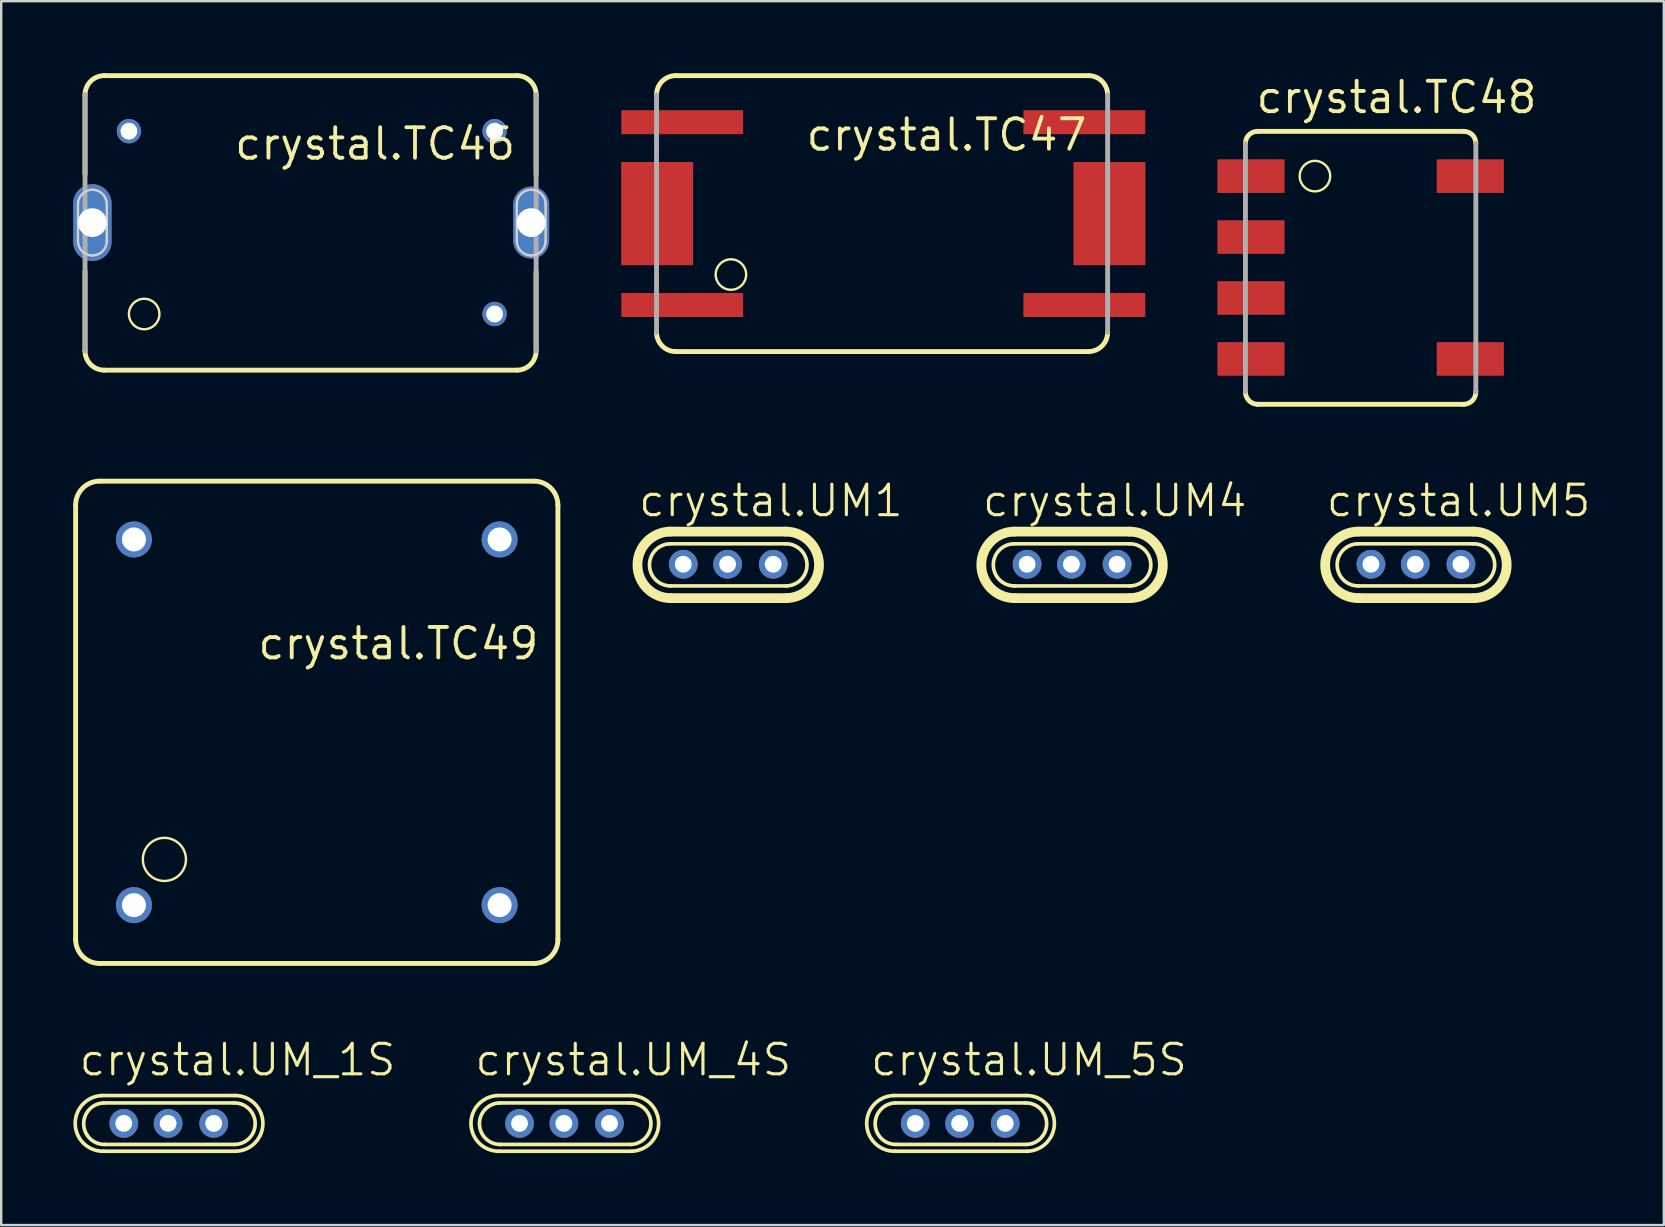
<source format=kicad_pcb>
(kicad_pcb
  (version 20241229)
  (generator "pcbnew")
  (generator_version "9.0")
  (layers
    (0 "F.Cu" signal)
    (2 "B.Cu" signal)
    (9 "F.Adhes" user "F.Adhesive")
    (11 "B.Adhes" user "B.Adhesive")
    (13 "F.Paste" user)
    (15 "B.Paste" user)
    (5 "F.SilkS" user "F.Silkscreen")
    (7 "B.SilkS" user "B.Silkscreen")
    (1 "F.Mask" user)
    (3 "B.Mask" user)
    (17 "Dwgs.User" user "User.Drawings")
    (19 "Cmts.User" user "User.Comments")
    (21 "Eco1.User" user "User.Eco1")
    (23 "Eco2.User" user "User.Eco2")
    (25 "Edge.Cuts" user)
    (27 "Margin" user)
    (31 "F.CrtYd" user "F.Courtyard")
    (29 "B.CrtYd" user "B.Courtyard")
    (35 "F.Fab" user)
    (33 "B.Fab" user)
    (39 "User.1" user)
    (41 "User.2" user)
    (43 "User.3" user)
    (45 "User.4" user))
  (footprint "crystal.TC47"
    (layer "F.Cu")
    (at 33.763 5.852)
    (property "Reference" "crystal.TC47" (at -3.302 -2.54 0) (layer "F.SilkS") (effects (font (size 1.27 1.27) (thickness 0.16)) (justify left bottom)))
    (attr smd)
    (fp_line (start -8.65 -5.75) (end 8.55 -5.75) (stroke (width 0.203) (type default)) (layer "F.SilkS"))
    (fp_line (start 8.55 5.75) (end -8.65 5.75) (stroke (width 0.203) (type default)) (layer "F.SilkS"))
    (fp_arc (start -9.45 -4.95) (mid -9.215685 -5.515685) (end -8.65 -5.75) (stroke (width 0.2032) (type default)) (layer "F.SilkS"))
    (fp_arc (start -8.65 5.75) (mid -9.215685 5.515685) (end -9.45 4.95) (stroke (width 0.2032) (type default)) (layer "F.SilkS"))
    (fp_arc (start 8.55 -5.75) (mid 9.115685 -5.515685) (end 9.35 -4.95) (stroke (width 0.2032) (type default)) (layer "F.SilkS"))
    (fp_arc (start 9.35 4.95) (mid 9.115685 5.515685) (end 8.55 5.75) (stroke (width 0.2032) (type default)) (layer "F.SilkS"))
    (fp_circle (center -6.35 2.54) (end -5.715 2.54) (stroke (width 0.1) (type default)) (fill no) (layer "F.SilkS"))
    (fp_line (start -9.45 4.95) (end -9.45 -4.95) (stroke (width 0.203) (type default)) (layer "F.Fab"))
    (fp_line (start 9.35 -4.95) (end 9.35 4.95) (stroke (width 0.203) (type default)) (layer "F.Fab"))
    (pad "1" smd roundrect (at -8.38 3.81) (size 5.08 1) (layers "F.Cu" "F.Mask" "F.Paste") (roundrect_rratio 0.01))
    (pad "7" smd roundrect (at 8.38 3.81) (size 5.08 1) (layers "F.Cu" "F.Mask" "F.Paste") (roundrect_rratio 0.01))
    (pad "8" smd roundrect (at 8.38 -3.81 180) (size 5.08 1) (layers "F.Cu" "F.Mask" "F.Paste") (roundrect_rratio 0.01))
    (pad "14" smd roundrect (at -8.38 -3.81 180) (size 5.08 1) (layers "F.Cu" "F.Mask" "F.Paste") (roundrect_rratio 0.01))
    (pad "S@1" smd roundrect (at -9.425 0) (size 3 4.3) (layers "F.Cu" "F.Mask" "F.Paste") (roundrect_rratio 0.01))
    (pad "S@2" smd roundrect (at 9.425 0) (size 3 4.3) (layers "F.Cu" "F.Mask" "F.Paste") (roundrect_rratio 0.01)))
  (footprint "crystal.UM_1S"
    (layer "F.Cu")
    (at 3.983 43.77)
    (property "Reference" "crystal.UM_1S" (at -3.81 -1.905 0) (layer "F.SilkS") (effects (font (size 1.27 1.27) (thickness 0.13)) (justify left bottom)))
    (attr through_hole)
    (fp_line (start -2.771 -1.161) (end 2.746 -1.161) (stroke (width 0.152) (type default)) (layer "F.SilkS"))
    (fp_line (start -2.721 1.161) (end 2.796 1.161) (stroke (width 0.152) (type default)) (layer "F.SilkS"))
    (fp_line (start -2.671 0.878) (end 2.746 0.878) (stroke (width 0.152) (type default)) (layer "F.SilkS"))
    (fp_line (start 2.721 -0.853) (end -2.696 -0.853) (stroke (width 0.152) (type default)) (layer "F.SilkS"))
    (fp_arc (start -2.721 1.161) (mid -3.907 0.025) (end -2.771 -1.161) (stroke (width 0.1524) (type default)) (layer "F.SilkS"))
    (fp_arc (start -2.671 0.878) (mid -3.549 0.025) (end -2.696 -0.853) (stroke (width 0.1524) (type default)) (layer "F.SilkS"))
    (fp_arc (start 2.721 -0.853) (mid 3.599 0) (end 2.746 0.878) (stroke (width 0.1524) (type default)) (layer "F.SilkS"))
    (fp_arc (start 2.746 -1.161) (mid 3.932 -0.025) (end 2.796 1.161) (stroke (width 0.1524) (type default)) (layer "F.SilkS"))
    (pad "1" thru_hole circle (at -1.875 0) (size 1.2 1.2) (drill 0.7) (layers "*.Cu" "*.Mask"))
    (pad "2" thru_hole circle (at -0.027 0) (size 1.2 1.2) (drill 0.7) (layers "*.Cu" "*.Mask"))
    (pad "3" thru_hole circle (at 1.875 0) (size 1.2 1.2) (drill 0.7) (layers "*.Cu" "*.Mask")))
  (footprint "crystal.UM4"
    (layer "F.Cu")
    (at 41.631 20.467)
    (property "Reference" "crystal.UM4" (at -3.81 -1.905 0) (layer "F.SilkS") (effects (font (size 1.27 1.27) (thickness 0.13)) (justify left bottom)))
    (attr through_hole)
    (fp_line (start -2.421 -1.361) (end 2.396 -1.361) (stroke (width 0.406) (type default)) (layer "F.SilkS"))
    (fp_line (start -2.396 0.903) (end 2.421 0.903) (stroke (width 0.152) (type default)) (layer "F.SilkS"))
    (fp_line (start -2.396 1.411) (end 2.421 1.411) (stroke (width 0.406) (type default)) (layer "F.SilkS"))
    (fp_line (start 2.396 -0.853) (end -2.421 -0.853) (stroke (width 0.152) (type default)) (layer "F.SilkS"))
    (fp_arc (start -2.396 0.903) (mid -3.2865 0.0375) (end -2.421 -0.853) (stroke (width 0.1524) (type default)) (layer "F.SilkS"))
    (fp_arc (start -2.396 1.411) (mid -3.7945 0.0375) (end -2.421 -1.361) (stroke (width 0.4064) (type default)) (layer "F.SilkS"))
    (fp_arc (start 2.396 -1.361) (mid 3.7945 0.0125) (end 2.421 1.411) (stroke (width 0.4064) (type default)) (layer "F.SilkS"))
    (fp_arc (start 2.396 -0.853) (mid 3.2865 0.0125) (end 2.421 0.903) (stroke (width 0.1524) (type default)) (layer "F.SilkS"))
    (pad "1" thru_hole circle (at -1.875 0) (size 1.2 1.2) (drill 0.7) (layers "*.Cu" "*.Mask"))
    (pad "2" thru_hole circle (at -0.027 0) (size 1.2 1.2) (drill 0.7) (layers "*.Cu" "*.Mask"))
    (pad "3" thru_hole circle (at 1.875 0) (size 1.2 1.2) (drill 0.7) (layers "*.Cu" "*.Mask")))
  (footprint "crystal.TC49"
    (layer "F.Cu")
    (at 10.152 27.053)
    (property "Reference" "crystal.TC49" (at -2.54 -2.54 0) (layer "F.SilkS") (effects (font (size 1.27 1.27) (thickness 0.16)) (justify left bottom)))
    (attr through_hole)
    (fp_line (start -10.05 -9.05) (end -10.05 9.05) (stroke (width 0.203) (type default)) (layer "F.SilkS"))
    (fp_line (start -9.05 10.05) (end 9.05 10.05) (stroke (width 0.203) (type default)) (layer "F.SilkS"))
    (fp_line (start 9.05 -10.05) (end -9.05 -10.05) (stroke (width 0.203) (type default)) (layer "F.SilkS"))
    (fp_line (start 10.05 9.05) (end 10.05 -9.05) (stroke (width 0.203) (type default)) (layer "F.SilkS"))
    (fp_arc (start -10.05 -9.05) (mid -9.757107 -9.757107) (end -9.05 -10.05) (stroke (width 0.2032) (type default)) (layer "F.SilkS"))
    (fp_arc (start -9.05 10.05) (mid -9.757107 9.757107) (end -10.05 9.05) (stroke (width 0.2032) (type default)) (layer "F.SilkS"))
    (fp_arc (start 9.05 -10.05) (mid 9.757107 -9.757107) (end 10.05 -9.05) (stroke (width 0.2032) (type default)) (layer "F.SilkS"))
    (fp_arc (start 10.05 9.05) (mid 9.757107 9.757107) (end 9.05 10.05) (stroke (width 0.2032) (type default)) (layer "F.SilkS"))
    (fp_circle (center -6.35 5.715) (end -5.452 5.715) (stroke (width 0.1) (type default)) (fill no) (layer "F.SilkS"))
    (pad "1" thru_hole circle (at -7.62 7.62) (size 1.5 1.5) (drill 1) (layers "*.Cu" "*.Mask"))
    (pad "2" thru_hole circle (at 7.62 7.62 90) (size 1.5 1.5) (drill 1) (layers "*.Cu" "*.Mask"))
    (pad "3" thru_hole circle (at 7.62 -7.62 180) (size 1.5 1.5) (drill 1) (layers "*.Cu" "*.Mask"))
    (pad "4" thru_hole circle (at -7.62 -7.62 270) (size 1.5 1.5) (drill 1) (layers "*.Cu" "*.Mask")))
  (footprint "crystal.UM5"
    (layer "F.Cu")
    (at 55.962 20.467)
    (property "Reference" "crystal.UM5" (at -3.81 -1.905 0) (layer "F.SilkS") (effects (font (size 1.27 1.27) (thickness 0.13)) (justify left bottom)))
    (attr through_hole)
    (fp_line (start -2.421 -1.361) (end 2.396 -1.361) (stroke (width 0.406) (type default)) (layer "F.SilkS"))
    (fp_line (start -2.396 0.903) (end 2.421 0.903) (stroke (width 0.152) (type default)) (layer "F.SilkS"))
    (fp_line (start -2.396 1.411) (end 2.421 1.411) (stroke (width 0.406) (type default)) (layer "F.SilkS"))
    (fp_line (start 2.396 -0.853) (end -2.421 -0.853) (stroke (width 0.152) (type default)) (layer "F.SilkS"))
    (fp_arc (start -2.396 0.903) (mid -3.2865 0.0375) (end -2.421 -0.853) (stroke (width 0.1524) (type default)) (layer "F.SilkS"))
    (fp_arc (start -2.396 1.411) (mid -3.7945 0.0375) (end -2.421 -1.361) (stroke (width 0.4064) (type default)) (layer "F.SilkS"))
    (fp_arc (start 2.396 -1.361) (mid 3.7945 0.0125) (end 2.421 1.411) (stroke (width 0.4064) (type default)) (layer "F.SilkS"))
    (fp_arc (start 2.396 -0.853) (mid 3.2865 0.0125) (end 2.421 0.903) (stroke (width 0.1524) (type default)) (layer "F.SilkS"))
    (pad "1" thru_hole circle (at -1.875 0) (size 1.2 1.2) (drill 0.7) (layers "*.Cu" "*.Mask"))
    (pad "2" thru_hole circle (at -0.027 0) (size 1.2 1.2) (drill 0.7) (layers "*.Cu" "*.Mask"))
    (pad "3" thru_hole circle (at 1.875 0) (size 1.2 1.2) (drill 0.7) (layers "*.Cu" "*.Mask")))
  (footprint "crystal.TC46"
    (layer "F.Cu")
    (at 9.944 6.227)
    (property "Reference" "crystal.TC46" (at -3.302 -2.54 0) (layer "F.SilkS") (effects (font (size 1.27 1.27) (thickness 0.16)) (justify left bottom)))
    (attr through_hole)
    (fp_line (start -9.45 -2.016) (end -9.45 -5.325) (stroke (width 0.203) (type default)) (layer "F.SilkS"))
    (fp_line (start -9.45 5.35) (end -9.45 2.041) (stroke (width 0.203) (type default)) (layer "F.SilkS"))
    (fp_line (start -8.65 -6.125) (end 8.55 -6.125) (stroke (width 0.203) (type default)) (layer "F.SilkS"))
    (fp_line (start 8.55 6.15) (end -8.65 6.15) (stroke (width 0.203) (type default)) (layer "F.SilkS"))
    (fp_line (start 9.35 -5.325) (end 9.35 -2.016) (stroke (width 0.203) (type default)) (layer "F.SilkS"))
    (fp_line (start 9.35 2.041) (end 9.35 5.35) (stroke (width 0.203) (type default)) (layer "F.SilkS"))
    (fp_arc (start -9.45 -5.325) (mid -9.215685 -5.890685) (end -8.65 -6.125) (stroke (width 0.2032) (type default)) (layer "F.SilkS"))
    (fp_arc (start -8.65 6.15) (mid -9.215685 5.915685) (end -9.45 5.35) (stroke (width 0.2032) (type default)) (layer "F.SilkS"))
    (fp_arc (start 8.55 -6.125) (mid 9.115685 -5.890685) (end 9.35 -5.325) (stroke (width 0.2032) (type default)) (layer "F.SilkS"))
    (fp_arc (start 9.35 5.35) (mid 9.115685 5.915685) (end 8.55 6.15) (stroke (width 0.2032) (type default)) (layer "F.SilkS"))
    (fp_circle (center -6.985 3.81) (end -6.35 3.81) (stroke (width 0.1) (type default)) (fill no) (layer "F.SilkS"))
    (fp_line (start -9.744 0.77) (end -9.744 -0.77) (stroke (width 0.1) (type default)) (layer "Edge.Cuts"))
    (fp_line (start -8.544 -0.77) (end -8.544 0.77) (stroke (width 0.1) (type default)) (layer "Edge.Cuts"))
    (fp_line (start 8.544 0.77) (end 8.544 -0.77) (stroke (width 0.1) (type default)) (layer "Edge.Cuts"))
    (fp_line (start 9.744 -0.77) (end 9.744 0.77) (stroke (width 0.1) (type default)) (layer "Edge.Cuts"))
    (fp_arc (start -9.744 -0.77) (mid -9.568264 -1.194264) (end -9.144 -1.37) (stroke (width 0.1) (type default)) (layer "Edge.Cuts"))
    (fp_arc (start -9.144 -1.37) (mid -8.719736 -1.194264) (end -8.544 -0.77) (stroke (width 0.1) (type default)) (layer "Edge.Cuts"))
    (fp_arc (start -9.144 1.37) (mid -9.568264 1.194264) (end -9.744 0.77) (stroke (width 0.1) (type default)) (layer "Edge.Cuts"))
    (fp_arc (start -8.544 0.77) (mid -8.719736 1.194264) (end -9.144 1.37) (stroke (width 0.1) (type default)) (layer "Edge.Cuts"))
    (fp_arc (start 8.544 -0.77) (mid 8.719736 -1.194264) (end 9.144 -1.37) (stroke (width 0.1) (type default)) (layer "Edge.Cuts"))
    (fp_arc (start 9.144 -1.37) (mid 9.568264 -1.194264) (end 9.744 -0.77) (stroke (width 0.1) (type default)) (layer "Edge.Cuts"))
    (fp_arc (start 9.144 1.37) (mid 8.719736 1.194264) (end 8.544 0.77) (stroke (width 0.1) (type default)) (layer "Edge.Cuts"))
    (fp_arc (start 9.744 0.77) (mid 9.568264 1.194264) (end 9.144 1.37) (stroke (width 0.1) (type default)) (layer "Edge.Cuts"))
    (fp_line (start -9.45 5.35) (end -9.45 -5.325) (stroke (width 0.203) (type default)) (layer "F.Fab"))
    (fp_line (start 9.35 -5.325) (end 9.35 5.35) (stroke (width 0.203) (type default)) (layer "F.Fab"))
    (pad "7" thru_hole circle (at 7.62 3.81) (size 1.016 1.016) (drill 0.7) (layers "*.Cu" "*.Mask"))
    (pad "8" thru_hole circle (at 7.62 -3.81) (size 1.016 1.016) (drill 0.7) (layers "*.Cu" "*.Mask"))
    (pad "14" thru_hole circle (at -7.62 -3.81) (size 1.016 1.016) (drill 0.7) (layers "*.Cu" "*.Mask"))
    (pad "S@1" thru_hole oval (at -9.144 0 90) (size 3.2 1.6) (drill 1.2) (layers "*.Cu" "*.Mask"))
    (pad "S@2" thru_hole oval (at 9.144 0 90) (size 3 1.5) (drill 1.2) (layers "*.Cu" "*.Mask")))
  (footprint "crystal.UM_5S"
    (layer "F.Cu")
    (at 36.97 43.77)
    (property "Reference" "crystal.UM_5S" (at -3.81 -1.905 0) (layer "F.SilkS") (effects (font (size 1.27 1.27) (thickness 0.13)) (justify left bottom)))
    (attr through_hole)
    (fp_line (start -2.771 -1.161) (end 2.746 -1.161) (stroke (width 0.152) (type default)) (layer "F.SilkS"))
    (fp_line (start -2.721 1.161) (end 2.796 1.161) (stroke (width 0.152) (type default)) (layer "F.SilkS"))
    (fp_line (start -2.671 0.878) (end 2.746 0.878) (stroke (width 0.152) (type default)) (layer "F.SilkS"))
    (fp_line (start 2.721 -0.853) (end -2.696 -0.853) (stroke (width 0.152) (type default)) (layer "F.SilkS"))
    (fp_arc (start -2.721 1.161) (mid -3.907 0.025) (end -2.771 -1.161) (stroke (width 0.1524) (type default)) (layer "F.SilkS"))
    (fp_arc (start -2.671 0.878) (mid -3.549 0.025) (end -2.696 -0.853) (stroke (width 0.1524) (type default)) (layer "F.SilkS"))
    (fp_arc (start 2.721 -0.853) (mid 3.599 0) (end 2.746 0.878) (stroke (width 0.1524) (type default)) (layer "F.SilkS"))
    (fp_arc (start 2.746 -1.161) (mid 3.932 -0.025) (end 2.796 1.161) (stroke (width 0.1524) (type default)) (layer "F.SilkS"))
    (pad "1" thru_hole circle (at -1.875 0) (size 1.2 1.2) (drill 0.7) (layers "*.Cu" "*.Mask"))
    (pad "2" thru_hole circle (at -0.027 0) (size 1.2 1.2) (drill 0.7) (layers "*.Cu" "*.Mask"))
    (pad "3" thru_hole circle (at 1.875 0) (size 1.2 1.2) (drill 0.7) (layers "*.Cu" "*.Mask")))
  (footprint "crystal.UM_4S"
    (layer "F.Cu")
    (at 20.477 43.77)
    (property "Reference" "crystal.UM_4S" (at -3.81 -1.905 0) (layer "F.SilkS") (effects (font (size 1.27 1.27) (thickness 0.13)) (justify left bottom)))
    (attr through_hole)
    (fp_line (start -2.771 -1.161) (end 2.746 -1.161) (stroke (width 0.152) (type default)) (layer "F.SilkS"))
    (fp_line (start -2.721 1.161) (end 2.796 1.161) (stroke (width 0.152) (type default)) (layer "F.SilkS"))
    (fp_line (start -2.671 0.878) (end 2.746 0.878) (stroke (width 0.152) (type default)) (layer "F.SilkS"))
    (fp_line (start 2.721 -0.853) (end -2.696 -0.853) (stroke (width 0.152) (type default)) (layer "F.SilkS"))
    (fp_arc (start -2.721 1.161) (mid -3.907 0.025) (end -2.771 -1.161) (stroke (width 0.1524) (type default)) (layer "F.SilkS"))
    (fp_arc (start -2.671 0.878) (mid -3.549 0.025) (end -2.696 -0.853) (stroke (width 0.1524) (type default)) (layer "F.SilkS"))
    (fp_arc (start 2.721 -0.853) (mid 3.599 0) (end 2.746 0.878) (stroke (width 0.1524) (type default)) (layer "F.SilkS"))
    (fp_arc (start 2.746 -1.161) (mid 3.932 -0.025) (end 2.796 1.161) (stroke (width 0.1524) (type default)) (layer "F.SilkS"))
    (pad "1" thru_hole circle (at -1.875 0) (size 1.2 1.2) (drill 0.7) (layers "*.Cu" "*.Mask"))
    (pad "2" thru_hole circle (at -0.027 0) (size 1.2 1.2) (drill 0.7) (layers "*.Cu" "*.Mask"))
    (pad "3" thru_hole circle (at 1.875 0) (size 1.2 1.2) (drill 0.7) (layers "*.Cu" "*.Mask")))
  (footprint "crystal.TC48"
    (layer "F.Cu")
    (at 53.658 8.1)
    (property "Reference" "crystal.TC48" (at -4.445 -6.35 0) (layer "F.SilkS") (effects (font (size 1.27 1.27) (thickness 0.16)) (justify left bottom)))
    (attr smd)
    (fp_line (start -4.301 -5.675) (end 4.301 -5.675) (stroke (width 0.203) (type default)) (layer "F.SilkS"))
    (fp_line (start 4.301 5.7) (end -4.301 5.7) (stroke (width 0.203) (type default)) (layer "F.SilkS"))
    (fp_arc (start -4.8011 -5.1734) (mid -4.655249 -5.528017) (end -4.3011 -5.675) (stroke (width 0.2032) (type default)) (layer "F.SilkS"))
    (fp_arc (start -4.3011 5.7) (mid -4.660427 5.540504) (end -4.8011 5.1734) (stroke (width 0.2032) (type default)) (layer "F.SilkS"))
    (fp_arc (start 4.3011 -5.675) (mid 4.65522 -5.527987) (end 4.8011 -5.1734) (stroke (width 0.2032) (type default)) (layer "F.SilkS"))
    (fp_arc (start 4.8011 5.1734) (mid 4.660485 5.54056) (end 4.3011 5.7) (stroke (width 0.2032) (type default)) (layer "F.SilkS"))
    (fp_circle (center -1.905 -3.81) (end -1.27 -3.81) (stroke (width 0.1) (type default)) (fill no) (layer "F.SilkS"))
    (fp_line (start -4.801 5.173) (end -4.801 -5.173) (stroke (width 0.203) (type default)) (layer "F.Fab"))
    (fp_line (start 4.801 -5.173) (end 4.801 5.173) (stroke (width 0.203) (type default)) (layer "F.Fab"))
    (pad "1" smd roundrect (at -4.57 -3.81) (size 2.8 1.4) (layers "F.Cu" "F.Mask" "F.Paste") (roundrect_rratio 0.01))
    (pad "2" smd roundrect (at -4.57 -1.27) (size 2.8 1.4) (layers "F.Cu" "F.Mask" "F.Paste") (roundrect_rratio 0.01))
    (pad "3" smd roundrect (at -4.57 1.27) (size 2.8 1.4) (layers "F.Cu" "F.Mask" "F.Paste") (roundrect_rratio 0.01))
    (pad "4" smd roundrect (at -4.57 3.81) (size 2.8 1.4) (layers "F.Cu" "F.Mask" "F.Paste") (roundrect_rratio 0.01))
    (pad "5" smd roundrect (at 4.57 3.81 180) (size 2.8 1.4) (layers "F.Cu" "F.Mask" "F.Paste") (roundrect_rratio 0.01))
    (pad "6" smd roundrect (at 4.57 -3.81 180) (size 2.8 1.4) (layers "F.Cu" "F.Mask" "F.Paste") (roundrect_rratio 0.01)))
  (footprint "crystal.UM1"
    (layer "F.Cu")
    (at 27.301 20.467)
    (property "Reference" "crystal.UM1" (at -3.81 -1.905 0) (layer "F.SilkS") (effects (font (size 1.27 1.27) (thickness 0.13)) (justify left bottom)))
    (attr through_hole)
    (fp_line (start -2.421 -1.361) (end 2.396 -1.361) (stroke (width 0.406) (type default)) (layer "F.SilkS"))
    (fp_line (start -2.396 0.903) (end 2.421 0.903) (stroke (width 0.152) (type default)) (layer "F.SilkS"))
    (fp_line (start -2.396 1.411) (end 2.421 1.411) (stroke (width 0.406) (type default)) (layer "F.SilkS"))
    (fp_line (start 2.396 -0.853) (end -2.421 -0.853) (stroke (width 0.152) (type default)) (layer "F.SilkS"))
    (fp_arc (start -2.396 0.903) (mid -3.2865 0.0375) (end -2.421 -0.853) (stroke (width 0.1524) (type default)) (layer "F.SilkS"))
    (fp_arc (start -2.396 1.411) (mid -3.7945 0.0375) (end -2.421 -1.361) (stroke (width 0.4064) (type default)) (layer "F.SilkS"))
    (fp_arc (start 2.396 -1.361) (mid 3.7945 0.0125) (end 2.421 1.411) (stroke (width 0.4064) (type default)) (layer "F.SilkS"))
    (fp_arc (start 2.396 -0.853) (mid 3.2865 0.0125) (end 2.421 0.903) (stroke (width 0.1524) (type default)) (layer "F.SilkS"))
    (pad "1" thru_hole circle (at -1.875 0) (size 1.2 1.2) (drill 0.7) (layers "*.Cu" "*.Mask"))
    (pad "2" thru_hole circle (at -0.027 0) (size 1.2 1.2) (drill 0.7) (layers "*.Cu" "*.Mask"))
    (pad "3" thru_hole circle (at 1.875 0) (size 1.2 1.2) (drill 0.7) (layers "*.Cu" "*.Mask")))
  (gr_rect
    (start -3 -3)
    (end 66.294 48.007)
    (stroke (width 0.1) (type default))
    (fill no)
    (layer "Edge.Cuts")))
</source>
